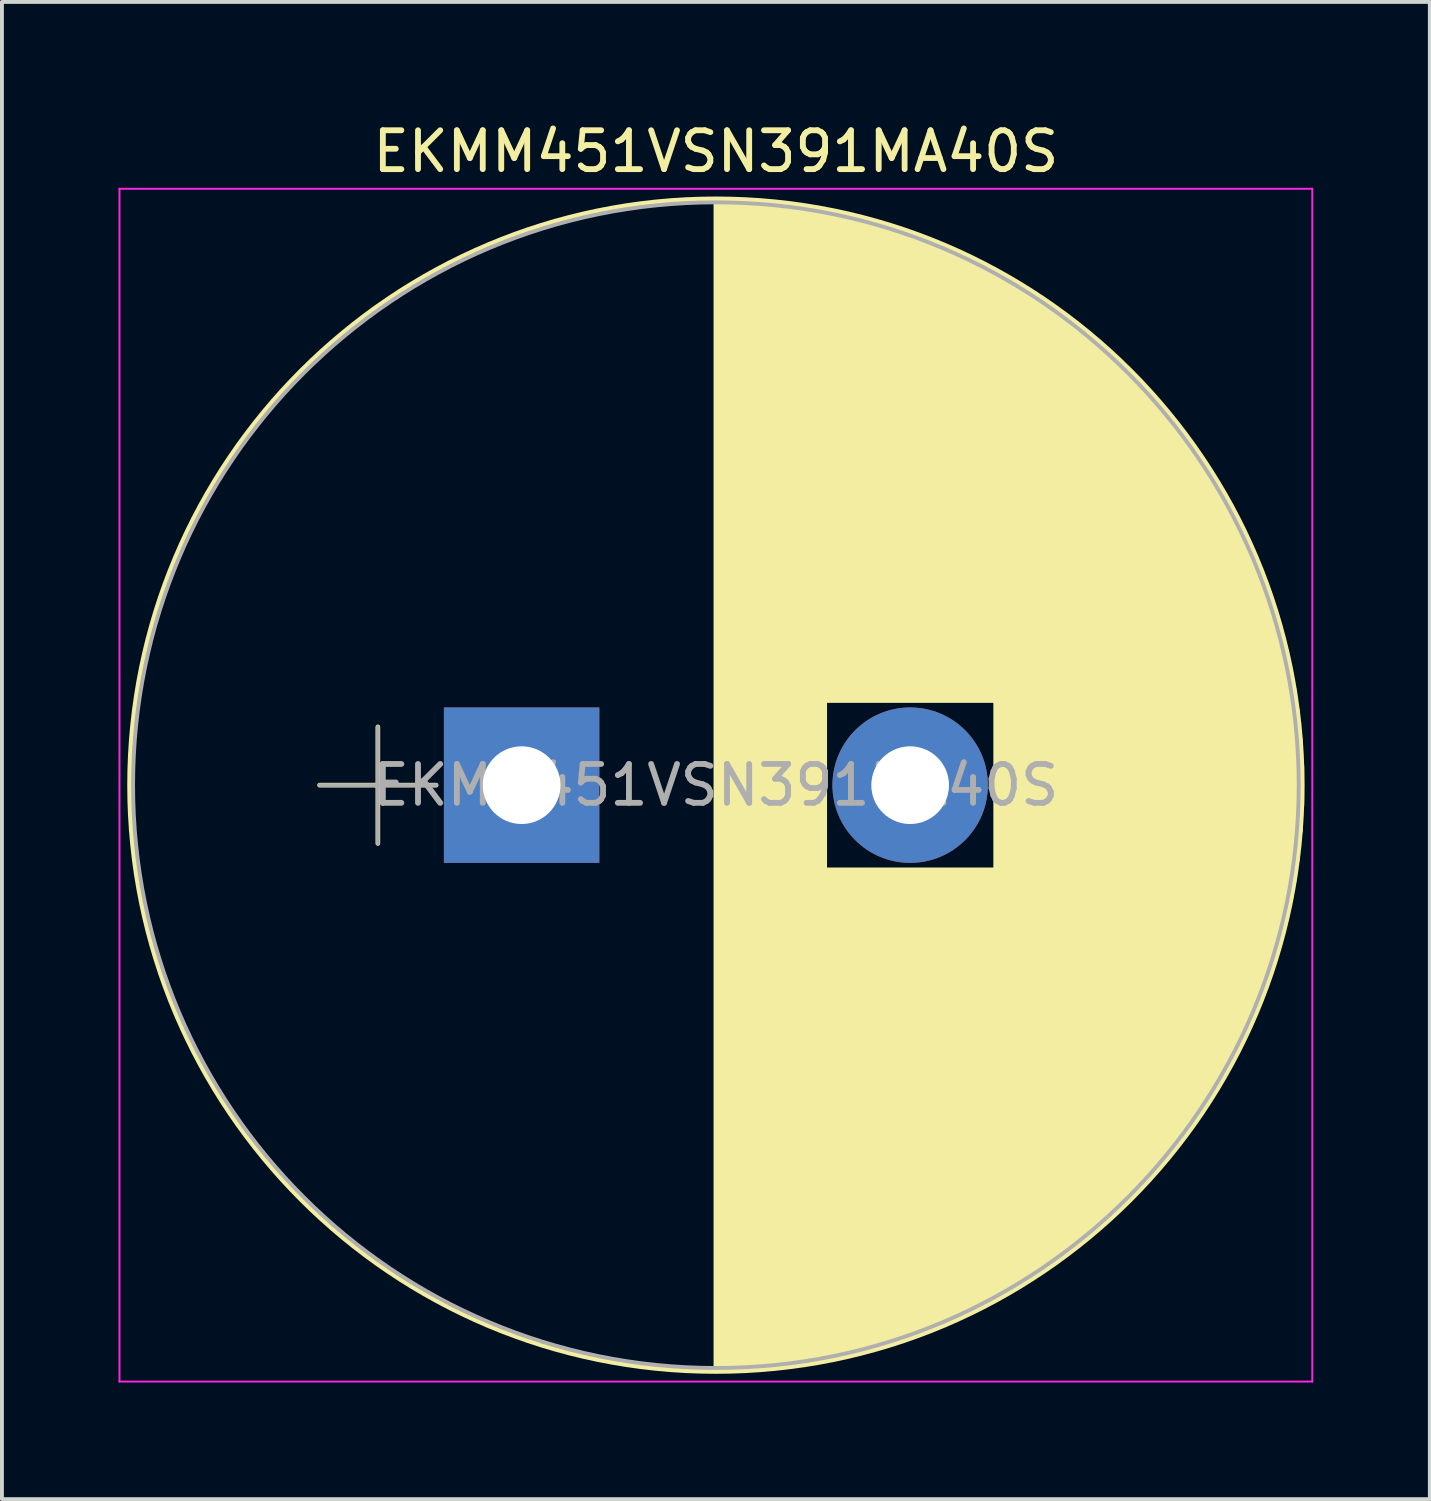
<source format=kicad_pcb>
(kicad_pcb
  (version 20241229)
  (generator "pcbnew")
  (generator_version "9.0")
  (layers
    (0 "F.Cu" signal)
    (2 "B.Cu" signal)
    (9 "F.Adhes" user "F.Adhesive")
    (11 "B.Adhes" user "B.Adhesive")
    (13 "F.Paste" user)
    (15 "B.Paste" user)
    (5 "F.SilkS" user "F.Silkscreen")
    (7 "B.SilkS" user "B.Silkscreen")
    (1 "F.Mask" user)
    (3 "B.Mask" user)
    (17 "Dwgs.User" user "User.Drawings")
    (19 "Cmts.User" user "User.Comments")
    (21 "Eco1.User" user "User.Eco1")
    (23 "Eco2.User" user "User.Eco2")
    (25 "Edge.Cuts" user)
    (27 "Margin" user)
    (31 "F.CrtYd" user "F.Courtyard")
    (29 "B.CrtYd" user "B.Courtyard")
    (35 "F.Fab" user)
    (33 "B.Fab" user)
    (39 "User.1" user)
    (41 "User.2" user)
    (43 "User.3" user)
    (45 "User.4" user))
  (footprint "EKMM451VSN391MA40S"
    (layer "F.Cu")
    (at 10.375 17.158)
    (property "Reference" "EKMM451VSN391MA40S" (at 5 -16.31 0) (layer "F.SilkS") (effects (font (size 1 1) (thickness 0.15))))
    (attr through_hole)
    (fp_line (start -5.2 0) (end -2.2 0) (stroke (width 0.12) (type solid)) (layer "F.SilkS"))
    (fp_line (start -3.7 -1.5) (end -3.7 1.5) (stroke (width 0.12) (type solid)) (layer "F.SilkS"))
    (fp_line (start 5 -15.05) (end 5 15.05) (stroke (width 0.12) (type solid)) (layer "F.SilkS"))
    (fp_line (start 5.04 -15.05) (end 5.04 15.05) (stroke (width 0.12) (type solid)) (layer "F.SilkS"))
    (fp_line (start 5.08 -15.05) (end 5.08 15.05) (stroke (width 0.12) (type solid)) (layer "F.SilkS"))
    (fp_line (start 5.12 -15.05) (end 5.12 15.05) (stroke (width 0.12) (type solid)) (layer "F.SilkS"))
    (fp_line (start 5.16 -15.05) (end 5.16 15.05) (stroke (width 0.12) (type solid)) (layer "F.SilkS"))
    (fp_line (start 5.2 -15.049) (end 5.2 15.049) (stroke (width 0.12) (type solid)) (layer "F.SilkS"))
    (fp_line (start 5.24 -15.049) (end 5.24 15.049) (stroke (width 0.12) (type solid)) (layer "F.SilkS"))
    (fp_line (start 5.28 -15.048) (end 5.28 15.048) (stroke (width 0.12) (type solid)) (layer "F.SilkS"))
    (fp_line (start 5.32 -15.047) (end 5.32 15.047) (stroke (width 0.12) (type solid)) (layer "F.SilkS"))
    (fp_line (start 5.36 -15.046) (end 5.36 15.046) (stroke (width 0.12) (type solid)) (layer "F.SilkS"))
    (fp_line (start 5.4 -15.045) (end 5.4 15.045) (stroke (width 0.12) (type solid)) (layer "F.SilkS"))
    (fp_line (start 5.44 -15.044) (end 5.44 15.044) (stroke (width 0.12) (type solid)) (layer "F.SilkS"))
    (fp_line (start 5.48 -15.043) (end 5.48 15.043) (stroke (width 0.12) (type solid)) (layer "F.SilkS"))
    (fp_line (start 5.52 -15.042) (end 5.52 15.042) (stroke (width 0.12) (type solid)) (layer "F.SilkS"))
    (fp_line (start 5.56 -15.04) (end 5.56 15.04) (stroke (width 0.12) (type solid)) (layer "F.SilkS"))
    (fp_line (start 5.6 -15.039) (end 5.6 15.039) (stroke (width 0.12) (type solid)) (layer "F.SilkS"))
    (fp_line (start 5.64 -15.037) (end 5.64 15.037) (stroke (width 0.12) (type solid)) (layer "F.SilkS"))
    (fp_line (start 5.68 -15.035) (end 5.68 15.035) (stroke (width 0.12) (type solid)) (layer "F.SilkS"))
    (fp_line (start 5.721 -15.033) (end 5.721 15.033) (stroke (width 0.12) (type solid)) (layer "F.SilkS"))
    (fp_line (start 5.761 -15.031) (end 5.761 15.031) (stroke (width 0.12) (type solid)) (layer "F.SilkS"))
    (fp_line (start 5.801 -15.029) (end 5.801 15.029) (stroke (width 0.12) (type solid)) (layer "F.SilkS"))
    (fp_line (start 5.841 -15.027) (end 5.841 15.027) (stroke (width 0.12) (type solid)) (layer "F.SilkS"))
    (fp_line (start 5.881 -15.025) (end 5.881 15.025) (stroke (width 0.12) (type solid)) (layer "F.SilkS"))
    (fp_line (start 5.921 -15.022) (end 5.921 15.022) (stroke (width 0.12) (type solid)) (layer "F.SilkS"))
    (fp_line (start 5.961 -15.02) (end 5.961 15.02) (stroke (width 0.12) (type solid)) (layer "F.SilkS"))
    (fp_line (start 6.001 -15.017) (end 6.001 15.017) (stroke (width 0.12) (type solid)) (layer "F.SilkS"))
    (fp_line (start 6.041 -15.015) (end 6.041 15.015) (stroke (width 0.12) (type solid)) (layer "F.SilkS"))
    (fp_line (start 6.081 -15.012) (end 6.081 15.012) (stroke (width 0.12) (type solid)) (layer "F.SilkS"))
    (fp_line (start 6.121 -15.009) (end 6.121 15.009) (stroke (width 0.12) (type solid)) (layer "F.SilkS"))
    (fp_line (start 6.161 -15.006) (end 6.161 15.006) (stroke (width 0.12) (type solid)) (layer "F.SilkS"))
    (fp_line (start 6.201 -15.003) (end 6.201 15.003) (stroke (width 0.12) (type solid)) (layer "F.SilkS"))
    (fp_line (start 6.241 -14.999) (end 6.241 14.999) (stroke (width 0.12) (type solid)) (layer "F.SilkS"))
    (fp_line (start 6.281 -14.996) (end 6.281 14.996) (stroke (width 0.12) (type solid)) (layer "F.SilkS"))
    (fp_line (start 6.321 -14.993) (end 6.321 14.993) (stroke (width 0.12) (type solid)) (layer "F.SilkS"))
    (fp_line (start 6.361 -14.989) (end 6.361 14.989) (stroke (width 0.12) (type solid)) (layer "F.SilkS"))
    (fp_line (start 6.401 -14.985) (end 6.401 14.985) (stroke (width 0.12) (type solid)) (layer "F.SilkS"))
    (fp_line (start 6.441 -14.982) (end 6.441 14.982) (stroke (width 0.12) (type solid)) (layer "F.SilkS"))
    (fp_line (start 6.481 -14.978) (end 6.481 14.978) (stroke (width 0.12) (type solid)) (layer "F.SilkS"))
    (fp_line (start 6.521 -14.974) (end 6.521 14.974) (stroke (width 0.12) (type solid)) (layer "F.SilkS"))
    (fp_line (start 6.561 -14.97) (end 6.561 14.97) (stroke (width 0.12) (type solid)) (layer "F.SilkS"))
    (fp_line (start 6.601 -14.965) (end 6.601 14.965) (stroke (width 0.12) (type solid)) (layer "F.SilkS"))
    (fp_line (start 6.641 -14.961) (end 6.641 14.961) (stroke (width 0.12) (type solid)) (layer "F.SilkS"))
    (fp_line (start 6.681 -14.957) (end 6.681 14.957) (stroke (width 0.12) (type solid)) (layer "F.SilkS"))
    (fp_line (start 6.721 -14.952) (end 6.721 14.952) (stroke (width 0.12) (type solid)) (layer "F.SilkS"))
    (fp_line (start 6.761 -14.948) (end 6.761 14.948) (stroke (width 0.12) (type solid)) (layer "F.SilkS"))
    (fp_line (start 6.801 -14.943) (end 6.801 14.943) (stroke (width 0.12) (type solid)) (layer "F.SilkS"))
    (fp_line (start 6.841 -14.938) (end 6.841 14.938) (stroke (width 0.12) (type solid)) (layer "F.SilkS"))
    (fp_line (start 6.881 -14.933) (end 6.881 14.933) (stroke (width 0.12) (type solid)) (layer "F.SilkS"))
    (fp_line (start 6.921 -14.928) (end 6.921 14.928) (stroke (width 0.12) (type solid)) (layer "F.SilkS"))
    (fp_line (start 6.961 -14.923) (end 6.961 14.923) (stroke (width 0.12) (type solid)) (layer "F.SilkS"))
    (fp_line (start 7.001 -14.917) (end 7.001 14.917) (stroke (width 0.12) (type solid)) (layer "F.SilkS"))
    (fp_line (start 7.041 -14.912) (end 7.041 14.912) (stroke (width 0.12) (type solid)) (layer "F.SilkS"))
    (fp_line (start 7.081 -14.906) (end 7.081 14.906) (stroke (width 0.12) (type solid)) (layer "F.SilkS"))
    (fp_line (start 7.121 -14.901) (end 7.121 14.901) (stroke (width 0.12) (type solid)) (layer "F.SilkS"))
    (fp_line (start 7.161 -14.895) (end 7.161 14.895) (stroke (width 0.12) (type solid)) (layer "F.SilkS"))
    (fp_line (start 7.201 -14.889) (end 7.201 14.889) (stroke (width 0.12) (type solid)) (layer "F.SilkS"))
    (fp_line (start 7.241 -14.883) (end 7.241 14.883) (stroke (width 0.12) (type solid)) (layer "F.SilkS"))
    (fp_line (start 7.281 -14.877) (end 7.281 14.877) (stroke (width 0.12) (type solid)) (layer "F.SilkS"))
    (fp_line (start 7.321 -14.871) (end 7.321 14.871) (stroke (width 0.12) (type solid)) (layer "F.SilkS"))
    (fp_line (start 7.361 -14.865) (end 7.361 14.865) (stroke (width 0.12) (type solid)) (layer "F.SilkS"))
    (fp_line (start 7.401 -14.858) (end 7.401 14.858) (stroke (width 0.12) (type solid)) (layer "F.SilkS"))
    (fp_line (start 7.441 -14.852) (end 7.441 14.852) (stroke (width 0.12) (type solid)) (layer "F.SilkS"))
    (fp_line (start 7.481 -14.845) (end 7.481 14.845) (stroke (width 0.12) (type solid)) (layer "F.SilkS"))
    (fp_line (start 7.521 -14.839) (end 7.521 14.839) (stroke (width 0.12) (type solid)) (layer "F.SilkS"))
    (fp_line (start 7.561 -14.832) (end 7.561 14.832) (stroke (width 0.12) (type solid)) (layer "F.SilkS"))
    (fp_line (start 7.601 -14.825) (end 7.601 14.825) (stroke (width 0.12) (type solid)) (layer "F.SilkS"))
    (fp_line (start 7.641 -14.818) (end 7.641 14.818) (stroke (width 0.12) (type solid)) (layer "F.SilkS"))
    (fp_line (start 7.681 -14.811) (end 7.681 14.811) (stroke (width 0.12) (type solid)) (layer "F.SilkS"))
    (fp_line (start 7.721 -14.803) (end 7.721 14.803) (stroke (width 0.12) (type solid)) (layer "F.SilkS"))
    (fp_line (start 7.761 -14.796) (end 7.761 14.796) (stroke (width 0.12) (type solid)) (layer "F.SilkS"))
    (fp_line (start 7.801 -14.788) (end 7.801 14.788) (stroke (width 0.12) (type solid)) (layer "F.SilkS"))
    (fp_line (start 7.841 -14.781) (end 7.841 -2.18) (stroke (width 0.12) (type solid)) (layer "F.SilkS"))
    (fp_line (start 7.841 2.18) (end 7.841 14.781) (stroke (width 0.12) (type solid)) (layer "F.SilkS"))
    (fp_line (start 7.881 -14.773) (end 7.881 -2.18) (stroke (width 0.12) (type solid)) (layer "F.SilkS"))
    (fp_line (start 7.881 2.18) (end 7.881 14.773) (stroke (width 0.12) (type solid)) (layer "F.SilkS"))
    (fp_line (start 7.921 -14.765) (end 7.921 -2.18) (stroke (width 0.12) (type solid)) (layer "F.SilkS"))
    (fp_line (start 7.921 2.18) (end 7.921 14.765) (stroke (width 0.12) (type solid)) (layer "F.SilkS"))
    (fp_line (start 7.961 -14.757) (end 7.961 -2.18) (stroke (width 0.12) (type solid)) (layer "F.SilkS"))
    (fp_line (start 7.961 2.18) (end 7.961 14.757) (stroke (width 0.12) (type solid)) (layer "F.SilkS"))
    (fp_line (start 8.001 -14.749) (end 8.001 -2.18) (stroke (width 0.12) (type solid)) (layer "F.SilkS"))
    (fp_line (start 8.001 2.18) (end 8.001 14.749) (stroke (width 0.12) (type solid)) (layer "F.SilkS"))
    (fp_line (start 8.041 -14.741) (end 8.041 -2.18) (stroke (width 0.12) (type solid)) (layer "F.SilkS"))
    (fp_line (start 8.041 2.18) (end 8.041 14.741) (stroke (width 0.12) (type solid)) (layer "F.SilkS"))
    (fp_line (start 8.081 -14.733) (end 8.081 -2.18) (stroke (width 0.12) (type solid)) (layer "F.SilkS"))
    (fp_line (start 8.081 2.18) (end 8.081 14.733) (stroke (width 0.12) (type solid)) (layer "F.SilkS"))
    (fp_line (start 8.121 -14.724) (end 8.121 -2.18) (stroke (width 0.12) (type solid)) (layer "F.SilkS"))
    (fp_line (start 8.121 2.18) (end 8.121 14.724) (stroke (width 0.12) (type solid)) (layer "F.SilkS"))
    (fp_line (start 8.161 -14.716) (end 8.161 -2.18) (stroke (width 0.12) (type solid)) (layer "F.SilkS"))
    (fp_line (start 8.161 2.18) (end 8.161 14.716) (stroke (width 0.12) (type solid)) (layer "F.SilkS"))
    (fp_line (start 8.201 -14.707) (end 8.201 -2.18) (stroke (width 0.12) (type solid)) (layer "F.SilkS"))
    (fp_line (start 8.201 2.18) (end 8.201 14.707) (stroke (width 0.12) (type solid)) (layer "F.SilkS"))
    (fp_line (start 8.241 -14.699) (end 8.241 -2.18) (stroke (width 0.12) (type solid)) (layer "F.SilkS"))
    (fp_line (start 8.241 2.18) (end 8.241 14.699) (stroke (width 0.12) (type solid)) (layer "F.SilkS"))
    (fp_line (start 8.281 -14.69) (end 8.281 -2.18) (stroke (width 0.12) (type solid)) (layer "F.SilkS"))
    (fp_line (start 8.281 2.18) (end 8.281 14.69) (stroke (width 0.12) (type solid)) (layer "F.SilkS"))
    (fp_line (start 8.321 -14.681) (end 8.321 -2.18) (stroke (width 0.12) (type solid)) (layer "F.SilkS"))
    (fp_line (start 8.321 2.18) (end 8.321 14.681) (stroke (width 0.12) (type solid)) (layer "F.SilkS"))
    (fp_line (start 8.361 -14.672) (end 8.361 -2.18) (stroke (width 0.12) (type solid)) (layer "F.SilkS"))
    (fp_line (start 8.361 2.18) (end 8.361 14.672) (stroke (width 0.12) (type solid)) (layer "F.SilkS"))
    (fp_line (start 8.401 -14.662) (end 8.401 -2.18) (stroke (width 0.12) (type solid)) (layer "F.SilkS"))
    (fp_line (start 8.401 2.18) (end 8.401 14.662) (stroke (width 0.12) (type solid)) (layer "F.SilkS"))
    (fp_line (start 8.441 -14.653) (end 8.441 -2.18) (stroke (width 0.12) (type solid)) (layer "F.SilkS"))
    (fp_line (start 8.441 2.18) (end 8.441 14.653) (stroke (width 0.12) (type solid)) (layer "F.SilkS"))
    (fp_line (start 8.481 -14.644) (end 8.481 -2.18) (stroke (width 0.12) (type solid)) (layer "F.SilkS"))
    (fp_line (start 8.481 2.18) (end 8.481 14.644) (stroke (width 0.12) (type solid)) (layer "F.SilkS"))
    (fp_line (start 8.521 -14.634) (end 8.521 -2.18) (stroke (width 0.12) (type solid)) (layer "F.SilkS"))
    (fp_line (start 8.521 2.18) (end 8.521 14.634) (stroke (width 0.12) (type solid)) (layer "F.SilkS"))
    (fp_line (start 8.561 -14.625) (end 8.561 -2.18) (stroke (width 0.12) (type solid)) (layer "F.SilkS"))
    (fp_line (start 8.561 2.18) (end 8.561 14.625) (stroke (width 0.12) (type solid)) (layer "F.SilkS"))
    (fp_line (start 8.601 -14.615) (end 8.601 -2.18) (stroke (width 0.12) (type solid)) (layer "F.SilkS"))
    (fp_line (start 8.601 2.18) (end 8.601 14.615) (stroke (width 0.12) (type solid)) (layer "F.SilkS"))
    (fp_line (start 8.641 -14.605) (end 8.641 -2.18) (stroke (width 0.12) (type solid)) (layer "F.SilkS"))
    (fp_line (start 8.641 2.18) (end 8.641 14.605) (stroke (width 0.12) (type solid)) (layer "F.SilkS"))
    (fp_line (start 8.681 -14.595) (end 8.681 -2.18) (stroke (width 0.12) (type solid)) (layer "F.SilkS"))
    (fp_line (start 8.681 2.18) (end 8.681 14.595) (stroke (width 0.12) (type solid)) (layer "F.SilkS"))
    (fp_line (start 8.721 -14.585) (end 8.721 -2.18) (stroke (width 0.12) (type solid)) (layer "F.SilkS"))
    (fp_line (start 8.721 2.18) (end 8.721 14.585) (stroke (width 0.12) (type solid)) (layer "F.SilkS"))
    (fp_line (start 8.761 -14.575) (end 8.761 -2.18) (stroke (width 0.12) (type solid)) (layer "F.SilkS"))
    (fp_line (start 8.761 2.18) (end 8.761 14.575) (stroke (width 0.12) (type solid)) (layer "F.SilkS"))
    (fp_line (start 8.801 -14.564) (end 8.801 -2.18) (stroke (width 0.12) (type solid)) (layer "F.SilkS"))
    (fp_line (start 8.801 2.18) (end 8.801 14.564) (stroke (width 0.12) (type solid)) (layer "F.SilkS"))
    (fp_line (start 8.841 -14.554) (end 8.841 -2.18) (stroke (width 0.12) (type solid)) (layer "F.SilkS"))
    (fp_line (start 8.841 2.18) (end 8.841 14.554) (stroke (width 0.12) (type solid)) (layer "F.SilkS"))
    (fp_line (start 8.881 -14.543) (end 8.881 -2.18) (stroke (width 0.12) (type solid)) (layer "F.SilkS"))
    (fp_line (start 8.881 2.18) (end 8.881 14.543) (stroke (width 0.12) (type solid)) (layer "F.SilkS"))
    (fp_line (start 8.921 -14.532) (end 8.921 -2.18) (stroke (width 0.12) (type solid)) (layer "F.SilkS"))
    (fp_line (start 8.921 2.18) (end 8.921 14.532) (stroke (width 0.12) (type solid)) (layer "F.SilkS"))
    (fp_line (start 8.961 -14.522) (end 8.961 -2.18) (stroke (width 0.12) (type solid)) (layer "F.SilkS"))
    (fp_line (start 8.961 2.18) (end 8.961 14.522) (stroke (width 0.12) (type solid)) (layer "F.SilkS"))
    (fp_line (start 9.001 -14.511) (end 9.001 -2.18) (stroke (width 0.12) (type solid)) (layer "F.SilkS"))
    (fp_line (start 9.001 2.18) (end 9.001 14.511) (stroke (width 0.12) (type solid)) (layer "F.SilkS"))
    (fp_line (start 9.041 -14.5) (end 9.041 -2.18) (stroke (width 0.12) (type solid)) (layer "F.SilkS"))
    (fp_line (start 9.041 2.18) (end 9.041 14.5) (stroke (width 0.12) (type solid)) (layer "F.SilkS"))
    (fp_line (start 9.081 -14.488) (end 9.081 -2.18) (stroke (width 0.12) (type solid)) (layer "F.SilkS"))
    (fp_line (start 9.081 2.18) (end 9.081 14.488) (stroke (width 0.12) (type solid)) (layer "F.SilkS"))
    (fp_line (start 9.121 -14.477) (end 9.121 -2.18) (stroke (width 0.12) (type solid)) (layer "F.SilkS"))
    (fp_line (start 9.121 2.18) (end 9.121 14.477) (stroke (width 0.12) (type solid)) (layer "F.SilkS"))
    (fp_line (start 9.161 -14.466) (end 9.161 -2.18) (stroke (width 0.12) (type solid)) (layer "F.SilkS"))
    (fp_line (start 9.161 2.18) (end 9.161 14.466) (stroke (width 0.12) (type solid)) (layer "F.SilkS"))
    (fp_line (start 9.201 -14.454) (end 9.201 -2.18) (stroke (width 0.12) (type solid)) (layer "F.SilkS"))
    (fp_line (start 9.201 2.18) (end 9.201 14.454) (stroke (width 0.12) (type solid)) (layer "F.SilkS"))
    (fp_line (start 9.241 -14.443) (end 9.241 -2.18) (stroke (width 0.12) (type solid)) (layer "F.SilkS"))
    (fp_line (start 9.241 2.18) (end 9.241 14.443) (stroke (width 0.12) (type solid)) (layer "F.SilkS"))
    (fp_line (start 9.281 -14.431) (end 9.281 -2.18) (stroke (width 0.12) (type solid)) (layer "F.SilkS"))
    (fp_line (start 9.281 2.18) (end 9.281 14.431) (stroke (width 0.12) (type solid)) (layer "F.SilkS"))
    (fp_line (start 9.321 -14.419) (end 9.321 -2.18) (stroke (width 0.12) (type solid)) (layer "F.SilkS"))
    (fp_line (start 9.321 2.18) (end 9.321 14.419) (stroke (width 0.12) (type solid)) (layer "F.SilkS"))
    (fp_line (start 9.361 -14.407) (end 9.361 -2.18) (stroke (width 0.12) (type solid)) (layer "F.SilkS"))
    (fp_line (start 9.361 2.18) (end 9.361 14.407) (stroke (width 0.12) (type solid)) (layer "F.SilkS"))
    (fp_line (start 9.401 -14.395) (end 9.401 -2.18) (stroke (width 0.12) (type solid)) (layer "F.SilkS"))
    (fp_line (start 9.401 2.18) (end 9.401 14.395) (stroke (width 0.12) (type solid)) (layer "F.SilkS"))
    (fp_line (start 9.441 -14.383) (end 9.441 -2.18) (stroke (width 0.12) (type solid)) (layer "F.SilkS"))
    (fp_line (start 9.441 2.18) (end 9.441 14.383) (stroke (width 0.12) (type solid)) (layer "F.SilkS"))
    (fp_line (start 9.481 -14.37) (end 9.481 -2.18) (stroke (width 0.12) (type solid)) (layer "F.SilkS"))
    (fp_line (start 9.481 2.18) (end 9.481 14.37) (stroke (width 0.12) (type solid)) (layer "F.SilkS"))
    (fp_line (start 9.521 -14.358) (end 9.521 -2.18) (stroke (width 0.12) (type solid)) (layer "F.SilkS"))
    (fp_line (start 9.521 2.18) (end 9.521 14.358) (stroke (width 0.12) (type solid)) (layer "F.SilkS"))
    (fp_line (start 9.561 -14.345) (end 9.561 -2.18) (stroke (width 0.12) (type solid)) (layer "F.SilkS"))
    (fp_line (start 9.561 2.18) (end 9.561 14.345) (stroke (width 0.12) (type solid)) (layer "F.SilkS"))
    (fp_line (start 9.601 -14.332) (end 9.601 -2.18) (stroke (width 0.12) (type solid)) (layer "F.SilkS"))
    (fp_line (start 9.601 2.18) (end 9.601 14.332) (stroke (width 0.12) (type solid)) (layer "F.SilkS"))
    (fp_line (start 9.641 -14.319) (end 9.641 -2.18) (stroke (width 0.12) (type solid)) (layer "F.SilkS"))
    (fp_line (start 9.641 2.18) (end 9.641 14.319) (stroke (width 0.12) (type solid)) (layer "F.SilkS"))
    (fp_line (start 9.681 -14.306) (end 9.681 -2.18) (stroke (width 0.12) (type solid)) (layer "F.SilkS"))
    (fp_line (start 9.681 2.18) (end 9.681 14.306) (stroke (width 0.12) (type solid)) (layer "F.SilkS"))
    (fp_line (start 9.721 -14.293) (end 9.721 -2.18) (stroke (width 0.12) (type solid)) (layer "F.SilkS"))
    (fp_line (start 9.721 2.18) (end 9.721 14.293) (stroke (width 0.12) (type solid)) (layer "F.SilkS"))
    (fp_line (start 9.761 -14.28) (end 9.761 -2.18) (stroke (width 0.12) (type solid)) (layer "F.SilkS"))
    (fp_line (start 9.761 2.18) (end 9.761 14.28) (stroke (width 0.12) (type solid)) (layer "F.SilkS"))
    (fp_line (start 9.801 -14.267) (end 9.801 -2.18) (stroke (width 0.12) (type solid)) (layer "F.SilkS"))
    (fp_line (start 9.801 2.18) (end 9.801 14.267) (stroke (width 0.12) (type solid)) (layer "F.SilkS"))
    (fp_line (start 9.841 -14.253) (end 9.841 -2.18) (stroke (width 0.12) (type solid)) (layer "F.SilkS"))
    (fp_line (start 9.841 2.18) (end 9.841 14.253) (stroke (width 0.12) (type solid)) (layer "F.SilkS"))
    (fp_line (start 9.881 -14.24) (end 9.881 -2.18) (stroke (width 0.12) (type solid)) (layer "F.SilkS"))
    (fp_line (start 9.881 2.18) (end 9.881 14.24) (stroke (width 0.12) (type solid)) (layer "F.SilkS"))
    (fp_line (start 9.921 -14.226) (end 9.921 -2.18) (stroke (width 0.12) (type solid)) (layer "F.SilkS"))
    (fp_line (start 9.921 2.18) (end 9.921 14.226) (stroke (width 0.12) (type solid)) (layer "F.SilkS"))
    (fp_line (start 9.961 -14.212) (end 9.961 -2.18) (stroke (width 0.12) (type solid)) (layer "F.SilkS"))
    (fp_line (start 9.961 2.18) (end 9.961 14.212) (stroke (width 0.12) (type solid)) (layer "F.SilkS"))
    (fp_line (start 10.001 -14.198) (end 10.001 -2.18) (stroke (width 0.12) (type solid)) (layer "F.SilkS"))
    (fp_line (start 10.001 2.18) (end 10.001 14.198) (stroke (width 0.12) (type solid)) (layer "F.SilkS"))
    (fp_line (start 10.041 -14.184) (end 10.041 -2.18) (stroke (width 0.12) (type solid)) (layer "F.SilkS"))
    (fp_line (start 10.041 2.18) (end 10.041 14.184) (stroke (width 0.12) (type solid)) (layer "F.SilkS"))
    (fp_line (start 10.081 -14.17) (end 10.081 -2.18) (stroke (width 0.12) (type solid)) (layer "F.SilkS"))
    (fp_line (start 10.081 2.18) (end 10.081 14.17) (stroke (width 0.12) (type solid)) (layer "F.SilkS"))
    (fp_line (start 10.121 -14.155) (end 10.121 -2.18) (stroke (width 0.12) (type solid)) (layer "F.SilkS"))
    (fp_line (start 10.121 2.18) (end 10.121 14.155) (stroke (width 0.12) (type solid)) (layer "F.SilkS"))
    (fp_line (start 10.161 -14.141) (end 10.161 -2.18) (stroke (width 0.12) (type solid)) (layer "F.SilkS"))
    (fp_line (start 10.161 2.18) (end 10.161 14.141) (stroke (width 0.12) (type solid)) (layer "F.SilkS"))
    (fp_line (start 10.201 -14.126) (end 10.201 -2.18) (stroke (width 0.12) (type solid)) (layer "F.SilkS"))
    (fp_line (start 10.201 2.18) (end 10.201 14.126) (stroke (width 0.12) (type solid)) (layer "F.SilkS"))
    (fp_line (start 10.241 -14.111) (end 10.241 -2.18) (stroke (width 0.12) (type solid)) (layer "F.SilkS"))
    (fp_line (start 10.241 2.18) (end 10.241 14.111) (stroke (width 0.12) (type solid)) (layer "F.SilkS"))
    (fp_line (start 10.281 -14.097) (end 10.281 -2.18) (stroke (width 0.12) (type solid)) (layer "F.SilkS"))
    (fp_line (start 10.281 2.18) (end 10.281 14.097) (stroke (width 0.12) (type solid)) (layer "F.SilkS"))
    (fp_line (start 10.321 -14.082) (end 10.321 -2.18) (stroke (width 0.12) (type solid)) (layer "F.SilkS"))
    (fp_line (start 10.321 2.18) (end 10.321 14.082) (stroke (width 0.12) (type solid)) (layer "F.SilkS"))
    (fp_line (start 10.361 -14.066) (end 10.361 -2.18) (stroke (width 0.12) (type solid)) (layer "F.SilkS"))
    (fp_line (start 10.361 2.18) (end 10.361 14.066) (stroke (width 0.12) (type solid)) (layer "F.SilkS"))
    (fp_line (start 10.401 -14.051) (end 10.401 -2.18) (stroke (width 0.12) (type solid)) (layer "F.SilkS"))
    (fp_line (start 10.401 2.18) (end 10.401 14.051) (stroke (width 0.12) (type solid)) (layer "F.SilkS"))
    (fp_line (start 10.441 -14.036) (end 10.441 -2.18) (stroke (width 0.12) (type solid)) (layer "F.SilkS"))
    (fp_line (start 10.441 2.18) (end 10.441 14.036) (stroke (width 0.12) (type solid)) (layer "F.SilkS"))
    (fp_line (start 10.481 -14.02) (end 10.481 -2.18) (stroke (width 0.12) (type solid)) (layer "F.SilkS"))
    (fp_line (start 10.481 2.18) (end 10.481 14.02) (stroke (width 0.12) (type solid)) (layer "F.SilkS"))
    (fp_line (start 10.521 -14.005) (end 10.521 -2.18) (stroke (width 0.12) (type solid)) (layer "F.SilkS"))
    (fp_line (start 10.521 2.18) (end 10.521 14.005) (stroke (width 0.12) (type solid)) (layer "F.SilkS"))
    (fp_line (start 10.561 -13.989) (end 10.561 -2.18) (stroke (width 0.12) (type solid)) (layer "F.SilkS"))
    (fp_line (start 10.561 2.18) (end 10.561 13.989) (stroke (width 0.12) (type solid)) (layer "F.SilkS"))
    (fp_line (start 10.601 -13.973) (end 10.601 -2.18) (stroke (width 0.12) (type solid)) (layer "F.SilkS"))
    (fp_line (start 10.601 2.18) (end 10.601 13.973) (stroke (width 0.12) (type solid)) (layer "F.SilkS"))
    (fp_line (start 10.641 -13.957) (end 10.641 -2.18) (stroke (width 0.12) (type solid)) (layer "F.SilkS"))
    (fp_line (start 10.641 2.18) (end 10.641 13.957) (stroke (width 0.12) (type solid)) (layer "F.SilkS"))
    (fp_line (start 10.681 -13.941) (end 10.681 -2.18) (stroke (width 0.12) (type solid)) (layer "F.SilkS"))
    (fp_line (start 10.681 2.18) (end 10.681 13.941) (stroke (width 0.12) (type solid)) (layer "F.SilkS"))
    (fp_line (start 10.721 -13.924) (end 10.721 -2.18) (stroke (width 0.12) (type solid)) (layer "F.SilkS"))
    (fp_line (start 10.721 2.18) (end 10.721 13.924) (stroke (width 0.12) (type solid)) (layer "F.SilkS"))
    (fp_line (start 10.761 -13.908) (end 10.761 -2.18) (stroke (width 0.12) (type solid)) (layer "F.SilkS"))
    (fp_line (start 10.761 2.18) (end 10.761 13.908) (stroke (width 0.12) (type solid)) (layer "F.SilkS"))
    (fp_line (start 10.801 -13.891) (end 10.801 -2.18) (stroke (width 0.12) (type solid)) (layer "F.SilkS"))
    (fp_line (start 10.801 2.18) (end 10.801 13.891) (stroke (width 0.12) (type solid)) (layer "F.SilkS"))
    (fp_line (start 10.841 -13.875) (end 10.841 -2.18) (stroke (width 0.12) (type solid)) (layer "F.SilkS"))
    (fp_line (start 10.841 2.18) (end 10.841 13.875) (stroke (width 0.12) (type solid)) (layer "F.SilkS"))
    (fp_line (start 10.881 -13.858) (end 10.881 -2.18) (stroke (width 0.12) (type solid)) (layer "F.SilkS"))
    (fp_line (start 10.881 2.18) (end 10.881 13.858) (stroke (width 0.12) (type solid)) (layer "F.SilkS"))
    (fp_line (start 10.921 -13.841) (end 10.921 -2.18) (stroke (width 0.12) (type solid)) (layer "F.SilkS"))
    (fp_line (start 10.921 2.18) (end 10.921 13.841) (stroke (width 0.12) (type solid)) (layer "F.SilkS"))
    (fp_line (start 10.961 -13.824) (end 10.961 -2.18) (stroke (width 0.12) (type solid)) (layer "F.SilkS"))
    (fp_line (start 10.961 2.18) (end 10.961 13.824) (stroke (width 0.12) (type solid)) (layer "F.SilkS"))
    (fp_line (start 11.001 -13.806) (end 11.001 -2.18) (stroke (width 0.12) (type solid)) (layer "F.SilkS"))
    (fp_line (start 11.001 2.18) (end 11.001 13.806) (stroke (width 0.12) (type solid)) (layer "F.SilkS"))
    (fp_line (start 11.041 -13.789) (end 11.041 -2.18) (stroke (width 0.12) (type solid)) (layer "F.SilkS"))
    (fp_line (start 11.041 2.18) (end 11.041 13.789) (stroke (width 0.12) (type solid)) (layer "F.SilkS"))
    (fp_line (start 11.081 -13.771) (end 11.081 -2.18) (stroke (width 0.12) (type solid)) (layer "F.SilkS"))
    (fp_line (start 11.081 2.18) (end 11.081 13.771) (stroke (width 0.12) (type solid)) (layer "F.SilkS"))
    (fp_line (start 11.121 -13.754) (end 11.121 -2.18) (stroke (width 0.12) (type solid)) (layer "F.SilkS"))
    (fp_line (start 11.121 2.18) (end 11.121 13.754) (stroke (width 0.12) (type solid)) (layer "F.SilkS"))
    (fp_line (start 11.161 -13.736) (end 11.161 -2.18) (stroke (width 0.12) (type solid)) (layer "F.SilkS"))
    (fp_line (start 11.161 2.18) (end 11.161 13.736) (stroke (width 0.12) (type solid)) (layer "F.SilkS"))
    (fp_line (start 11.201 -13.718) (end 11.201 -2.18) (stroke (width 0.12) (type solid)) (layer "F.SilkS"))
    (fp_line (start 11.201 2.18) (end 11.201 13.718) (stroke (width 0.12) (type solid)) (layer "F.SilkS"))
    (fp_line (start 11.241 -13.7) (end 11.241 -2.18) (stroke (width 0.12) (type solid)) (layer "F.SilkS"))
    (fp_line (start 11.241 2.18) (end 11.241 13.7) (stroke (width 0.12) (type solid)) (layer "F.SilkS"))
    (fp_line (start 11.281 -13.682) (end 11.281 -2.18) (stroke (width 0.12) (type solid)) (layer "F.SilkS"))
    (fp_line (start 11.281 2.18) (end 11.281 13.682) (stroke (width 0.12) (type solid)) (layer "F.SilkS"))
    (fp_line (start 11.321 -13.663) (end 11.321 -2.18) (stroke (width 0.12) (type solid)) (layer "F.SilkS"))
    (fp_line (start 11.321 2.18) (end 11.321 13.663) (stroke (width 0.12) (type solid)) (layer "F.SilkS"))
    (fp_line (start 11.361 -13.645) (end 11.361 -2.18) (stroke (width 0.12) (type solid)) (layer "F.SilkS"))
    (fp_line (start 11.361 2.18) (end 11.361 13.645) (stroke (width 0.12) (type solid)) (layer "F.SilkS"))
    (fp_line (start 11.401 -13.626) (end 11.401 -2.18) (stroke (width 0.12) (type solid)) (layer "F.SilkS"))
    (fp_line (start 11.401 2.18) (end 11.401 13.626) (stroke (width 0.12) (type solid)) (layer "F.SilkS"))
    (fp_line (start 11.441 -13.607) (end 11.441 -2.18) (stroke (width 0.12) (type solid)) (layer "F.SilkS"))
    (fp_line (start 11.441 2.18) (end 11.441 13.607) (stroke (width 0.12) (type solid)) (layer "F.SilkS"))
    (fp_line (start 11.481 -13.588) (end 11.481 -2.18) (stroke (width 0.12) (type solid)) (layer "F.SilkS"))
    (fp_line (start 11.481 2.18) (end 11.481 13.588) (stroke (width 0.12) (type solid)) (layer "F.SilkS"))
    (fp_line (start 11.521 -13.569) (end 11.521 -2.18) (stroke (width 0.12) (type solid)) (layer "F.SilkS"))
    (fp_line (start 11.521 2.18) (end 11.521 13.569) (stroke (width 0.12) (type solid)) (layer "F.SilkS"))
    (fp_line (start 11.561 -13.55) (end 11.561 -2.18) (stroke (width 0.12) (type solid)) (layer "F.SilkS"))
    (fp_line (start 11.561 2.18) (end 11.561 13.55) (stroke (width 0.12) (type solid)) (layer "F.SilkS"))
    (fp_line (start 11.601 -13.531) (end 11.601 -2.18) (stroke (width 0.12) (type solid)) (layer "F.SilkS"))
    (fp_line (start 11.601 2.18) (end 11.601 13.531) (stroke (width 0.12) (type solid)) (layer "F.SilkS"))
    (fp_line (start 11.641 -13.511) (end 11.641 -2.18) (stroke (width 0.12) (type solid)) (layer "F.SilkS"))
    (fp_line (start 11.641 2.18) (end 11.641 13.511) (stroke (width 0.12) (type solid)) (layer "F.SilkS"))
    (fp_line (start 11.681 -13.491) (end 11.681 -2.18) (stroke (width 0.12) (type solid)) (layer "F.SilkS"))
    (fp_line (start 11.681 2.18) (end 11.681 13.491) (stroke (width 0.12) (type solid)) (layer "F.SilkS"))
    (fp_line (start 11.721 -13.472) (end 11.721 -2.18) (stroke (width 0.12) (type solid)) (layer "F.SilkS"))
    (fp_line (start 11.721 2.18) (end 11.721 13.472) (stroke (width 0.12) (type solid)) (layer "F.SilkS"))
    (fp_line (start 11.761 -13.452) (end 11.761 -2.18) (stroke (width 0.12) (type solid)) (layer "F.SilkS"))
    (fp_line (start 11.761 2.18) (end 11.761 13.452) (stroke (width 0.12) (type solid)) (layer "F.SilkS"))
    (fp_line (start 11.801 -13.432) (end 11.801 -2.18) (stroke (width 0.12) (type solid)) (layer "F.SilkS"))
    (fp_line (start 11.801 2.18) (end 11.801 13.432) (stroke (width 0.12) (type solid)) (layer "F.SilkS"))
    (fp_line (start 11.841 -13.411) (end 11.841 -2.18) (stroke (width 0.12) (type solid)) (layer "F.SilkS"))
    (fp_line (start 11.841 2.18) (end 11.841 13.411) (stroke (width 0.12) (type solid)) (layer "F.SilkS"))
    (fp_line (start 11.881 -13.391) (end 11.881 -2.18) (stroke (width 0.12) (type solid)) (layer "F.SilkS"))
    (fp_line (start 11.881 2.18) (end 11.881 13.391) (stroke (width 0.12) (type solid)) (layer "F.SilkS"))
    (fp_line (start 11.921 -13.37) (end 11.921 -2.18) (stroke (width 0.12) (type solid)) (layer "F.SilkS"))
    (fp_line (start 11.921 2.18) (end 11.921 13.37) (stroke (width 0.12) (type solid)) (layer "F.SilkS"))
    (fp_line (start 11.961 -13.35) (end 11.961 -2.18) (stroke (width 0.12) (type solid)) (layer "F.SilkS"))
    (fp_line (start 11.961 2.18) (end 11.961 13.35) (stroke (width 0.12) (type solid)) (layer "F.SilkS"))
    (fp_line (start 12.001 -13.329) (end 12.001 -2.18) (stroke (width 0.12) (type solid)) (layer "F.SilkS"))
    (fp_line (start 12.001 2.18) (end 12.001 13.329) (stroke (width 0.12) (type solid)) (layer "F.SilkS"))
    (fp_line (start 12.041 -13.308) (end 12.041 -2.18) (stroke (width 0.12) (type solid)) (layer "F.SilkS"))
    (fp_line (start 12.041 2.18) (end 12.041 13.308) (stroke (width 0.12) (type solid)) (layer "F.SilkS"))
    (fp_line (start 12.081 -13.286) (end 12.081 -2.18) (stroke (width 0.12) (type solid)) (layer "F.SilkS"))
    (fp_line (start 12.081 2.18) (end 12.081 13.286) (stroke (width 0.12) (type solid)) (layer "F.SilkS"))
    (fp_line (start 12.121 -13.265) (end 12.121 -2.18) (stroke (width 0.12) (type solid)) (layer "F.SilkS"))
    (fp_line (start 12.121 2.18) (end 12.121 13.265) (stroke (width 0.12) (type solid)) (layer "F.SilkS"))
    (fp_line (start 12.161 -13.244) (end 12.161 -2.18) (stroke (width 0.12) (type solid)) (layer "F.SilkS"))
    (fp_line (start 12.161 2.18) (end 12.161 13.244) (stroke (width 0.12) (type solid)) (layer "F.SilkS"))
    (fp_line (start 12.201 -13.222) (end 12.201 13.222) (stroke (width 0.12) (type solid)) (layer "F.SilkS"))
    (fp_line (start 12.241 -13.2) (end 12.241 13.2) (stroke (width 0.12) (type solid)) (layer "F.SilkS"))
    (fp_line (start 12.281 -13.178) (end 12.281 13.178) (stroke (width 0.12) (type solid)) (layer "F.SilkS"))
    (fp_line (start 12.321 -13.156) (end 12.321 13.156) (stroke (width 0.12) (type solid)) (layer "F.SilkS"))
    (fp_line (start 12.361 -13.134) (end 12.361 13.134) (stroke (width 0.12) (type solid)) (layer "F.SilkS"))
    (fp_line (start 12.401 -13.111) (end 12.401 13.111) (stroke (width 0.12) (type solid)) (layer "F.SilkS"))
    (fp_line (start 12.441 -13.089) (end 12.441 13.089) (stroke (width 0.12) (type solid)) (layer "F.SilkS"))
    (fp_line (start 12.481 -13.066) (end 12.481 13.066) (stroke (width 0.12) (type solid)) (layer "F.SilkS"))
    (fp_line (start 12.521 -13.043) (end 12.521 13.043) (stroke (width 0.12) (type solid)) (layer "F.SilkS"))
    (fp_line (start 12.561 -13.02) (end 12.561 13.02) (stroke (width 0.12) (type solid)) (layer "F.SilkS"))
    (fp_line (start 12.601 -12.997) (end 12.601 12.997) (stroke (width 0.12) (type solid)) (layer "F.SilkS"))
    (fp_line (start 12.641 -12.974) (end 12.641 12.974) (stroke (width 0.12) (type solid)) (layer "F.SilkS"))
    (fp_line (start 12.681 -12.95) (end 12.681 12.95) (stroke (width 0.12) (type solid)) (layer "F.SilkS"))
    (fp_line (start 12.721 -12.926) (end 12.721 12.926) (stroke (width 0.12) (type solid)) (layer "F.SilkS"))
    (fp_line (start 12.761 -12.902) (end 12.761 12.902) (stroke (width 0.12) (type solid)) (layer "F.SilkS"))
    (fp_line (start 12.801 -12.878) (end 12.801 12.878) (stroke (width 0.12) (type solid)) (layer "F.SilkS"))
    (fp_line (start 12.841 -12.854) (end 12.841 12.854) (stroke (width 0.12) (type solid)) (layer "F.SilkS"))
    (fp_line (start 12.881 -12.83) (end 12.881 12.83) (stroke (width 0.12) (type solid)) (layer "F.SilkS"))
    (fp_line (start 12.921 -12.805) (end 12.921 12.805) (stroke (width 0.12) (type solid)) (layer "F.SilkS"))
    (fp_line (start 12.961 -12.78) (end 12.961 12.78) (stroke (width 0.12) (type solid)) (layer "F.SilkS"))
    (fp_line (start 13.001 -12.755) (end 13.001 12.755) (stroke (width 0.12) (type solid)) (layer "F.SilkS"))
    (fp_line (start 13.041 -12.73) (end 13.041 12.73) (stroke (width 0.12) (type solid)) (layer "F.SilkS"))
    (fp_line (start 13.081 -12.705) (end 13.081 12.705) (stroke (width 0.12) (type solid)) (layer "F.SilkS"))
    (fp_line (start 13.121 -12.68) (end 13.121 12.68) (stroke (width 0.12) (type solid)) (layer "F.SilkS"))
    (fp_line (start 13.161 -12.654) (end 13.161 12.654) (stroke (width 0.12) (type solid)) (layer "F.SilkS"))
    (fp_line (start 13.2 -12.628) (end 13.2 12.628) (stroke (width 0.12) (type solid)) (layer "F.SilkS"))
    (fp_line (start 13.24 -12.602) (end 13.24 12.602) (stroke (width 0.12) (type solid)) (layer "F.SilkS"))
    (fp_line (start 13.28 -12.576) (end 13.28 12.576) (stroke (width 0.12) (type solid)) (layer "F.SilkS"))
    (fp_line (start 13.32 -12.55) (end 13.32 12.55) (stroke (width 0.12) (type solid)) (layer "F.SilkS"))
    (fp_line (start 13.36 -12.523) (end 13.36 12.523) (stroke (width 0.12) (type solid)) (layer "F.SilkS"))
    (fp_line (start 13.4 -12.496) (end 13.4 12.496) (stroke (width 0.12) (type solid)) (layer "F.SilkS"))
    (fp_line (start 13.44 -12.469) (end 13.44 12.469) (stroke (width 0.12) (type solid)) (layer "F.SilkS"))
    (fp_line (start 13.48 -12.442) (end 13.48 12.442) (stroke (width 0.12) (type solid)) (layer "F.SilkS"))
    (fp_line (start 13.52 -12.415) (end 13.52 12.415) (stroke (width 0.12) (type solid)) (layer "F.SilkS"))
    (fp_line (start 13.56 -12.388) (end 13.56 12.388) (stroke (width 0.12) (type solid)) (layer "F.SilkS"))
    (fp_line (start 13.6 -12.36) (end 13.6 12.36) (stroke (width 0.12) (type solid)) (layer "F.SilkS"))
    (fp_line (start 13.64 -12.332) (end 13.64 12.332) (stroke (width 0.12) (type solid)) (layer "F.SilkS"))
    (fp_line (start 13.68 -12.304) (end 13.68 12.304) (stroke (width 0.12) (type solid)) (layer "F.SilkS"))
    (fp_line (start 13.72 -12.276) (end 13.72 12.276) (stroke (width 0.12) (type solid)) (layer "F.SilkS"))
    (fp_line (start 13.76 -12.248) (end 13.76 12.248) (stroke (width 0.12) (type solid)) (layer "F.SilkS"))
    (fp_line (start 13.8 -12.219) (end 13.8 12.219) (stroke (width 0.12) (type solid)) (layer "F.SilkS"))
    (fp_line (start 13.84 -12.19) (end 13.84 12.19) (stroke (width 0.12) (type solid)) (layer "F.SilkS"))
    (fp_line (start 13.88 -12.161) (end 13.88 12.161) (stroke (width 0.12) (type solid)) (layer "F.SilkS"))
    (fp_line (start 13.92 -12.132) (end 13.92 12.132) (stroke (width 0.12) (type solid)) (layer "F.SilkS"))
    (fp_line (start 13.96 -12.102) (end 13.96 12.102) (stroke (width 0.12) (type solid)) (layer "F.SilkS"))
    (fp_line (start 14 -12.073) (end 14 12.073) (stroke (width 0.12) (type solid)) (layer "F.SilkS"))
    (fp_line (start 14.04 -12.043) (end 14.04 12.043) (stroke (width 0.12) (type solid)) (layer "F.SilkS"))
    (fp_line (start 14.08 -12.013) (end 14.08 12.013) (stroke (width 0.12) (type solid)) (layer "F.SilkS"))
    (fp_line (start 14.12 -11.983) (end 14.12 11.983) (stroke (width 0.12) (type solid)) (layer "F.SilkS"))
    (fp_line (start 14.16 -11.952) (end 14.16 11.952) (stroke (width 0.12) (type solid)) (layer "F.SilkS"))
    (fp_line (start 14.2 -11.922) (end 14.2 11.922) (stroke (width 0.12) (type solid)) (layer "F.SilkS"))
    (fp_line (start 14.24 -11.891) (end 14.24 11.891) (stroke (width 0.12) (type solid)) (layer "F.SilkS"))
    (fp_line (start 14.28 -11.86) (end 14.28 11.86) (stroke (width 0.12) (type solid)) (layer "F.SilkS"))
    (fp_line (start 14.32 -11.828) (end 14.32 11.828) (stroke (width 0.12) (type solid)) (layer "F.SilkS"))
    (fp_line (start 14.36 -11.797) (end 14.36 11.797) (stroke (width 0.12) (type solid)) (layer "F.SilkS"))
    (fp_line (start 14.4 -11.765) (end 14.4 11.765) (stroke (width 0.12) (type solid)) (layer "F.SilkS"))
    (fp_line (start 14.44 -11.733) (end 14.44 11.733) (stroke (width 0.12) (type solid)) (layer "F.SilkS"))
    (fp_line (start 14.48 -11.701) (end 14.48 11.701) (stroke (width 0.12) (type solid)) (layer "F.SilkS"))
    (fp_line (start 14.52 -11.669) (end 14.52 11.669) (stroke (width 0.12) (type solid)) (layer "F.SilkS"))
    (fp_line (start 14.56 -11.636) (end 14.56 11.636) (stroke (width 0.12) (type solid)) (layer "F.SilkS"))
    (fp_line (start 14.6 -11.603) (end 14.6 11.603) (stroke (width 0.12) (type solid)) (layer "F.SilkS"))
    (fp_line (start 14.64 -11.57) (end 14.64 11.57) (stroke (width 0.12) (type solid)) (layer "F.SilkS"))
    (fp_line (start 14.68 -11.537) (end 14.68 11.537) (stroke (width 0.12) (type solid)) (layer "F.SilkS"))
    (fp_line (start 14.72 -11.503) (end 14.72 11.503) (stroke (width 0.12) (type solid)) (layer "F.SilkS"))
    (fp_line (start 14.76 -11.469) (end 14.76 11.469) (stroke (width 0.12) (type solid)) (layer "F.SilkS"))
    (fp_line (start 14.8 -11.435) (end 14.8 11.435) (stroke (width 0.12) (type solid)) (layer "F.SilkS"))
    (fp_line (start 14.84 -11.401) (end 14.84 11.401) (stroke (width 0.12) (type solid)) (layer "F.SilkS"))
    (fp_line (start 14.88 -11.366) (end 14.88 11.366) (stroke (width 0.12) (type solid)) (layer "F.SilkS"))
    (fp_line (start 14.92 -11.332) (end 14.92 11.332) (stroke (width 0.12) (type solid)) (layer "F.SilkS"))
    (fp_line (start 14.96 -11.297) (end 14.96 11.297) (stroke (width 0.12) (type solid)) (layer "F.SilkS"))
    (fp_line (start 15 -11.261) (end 15 11.261) (stroke (width 0.12) (type solid)) (layer "F.SilkS"))
    (fp_line (start 15.04 -11.226) (end 15.04 11.226) (stroke (width 0.12) (type solid)) (layer "F.SilkS"))
    (fp_line (start 15.08 -11.19) (end 15.08 11.19) (stroke (width 0.12) (type solid)) (layer "F.SilkS"))
    (fp_line (start 15.12 -11.154) (end 15.12 11.154) (stroke (width 0.12) (type solid)) (layer "F.SilkS"))
    (fp_line (start 15.16 -11.118) (end 15.16 11.118) (stroke (width 0.12) (type solid)) (layer "F.SilkS"))
    (fp_line (start 15.2 -11.081) (end 15.2 11.081) (stroke (width 0.12) (type solid)) (layer "F.SilkS"))
    (fp_line (start 15.24 -11.044) (end 15.24 11.044) (stroke (width 0.12) (type solid)) (layer "F.SilkS"))
    (fp_line (start 15.28 -11.007) (end 15.28 11.007) (stroke (width 0.12) (type solid)) (layer "F.SilkS"))
    (fp_line (start 15.32 -10.97) (end 15.32 10.97) (stroke (width 0.12) (type solid)) (layer "F.SilkS"))
    (fp_line (start 15.36 -10.932) (end 15.36 10.932) (stroke (width 0.12) (type solid)) (layer "F.SilkS"))
    (fp_line (start 15.4 -10.894) (end 15.4 10.894) (stroke (width 0.12) (type solid)) (layer "F.SilkS"))
    (fp_line (start 15.44 -10.856) (end 15.44 10.856) (stroke (width 0.12) (type solid)) (layer "F.SilkS"))
    (fp_line (start 15.48 -10.818) (end 15.48 10.818) (stroke (width 0.12) (type solid)) (layer "F.SilkS"))
    (fp_line (start 15.52 -10.779) (end 15.52 10.779) (stroke (width 0.12) (type solid)) (layer "F.SilkS"))
    (fp_line (start 15.56 -10.74) (end 15.56 10.74) (stroke (width 0.12) (type solid)) (layer "F.SilkS"))
    (fp_line (start 15.6 -10.701) (end 15.6 10.701) (stroke (width 0.12) (type solid)) (layer "F.SilkS"))
    (fp_line (start 15.64 -10.661) (end 15.64 10.661) (stroke (width 0.12) (type solid)) (layer "F.SilkS"))
    (fp_line (start 15.68 -10.621) (end 15.68 10.621) (stroke (width 0.12) (type solid)) (layer "F.SilkS"))
    (fp_line (start 15.72 -10.581) (end 15.72 10.581) (stroke (width 0.12) (type solid)) (layer "F.SilkS"))
    (fp_line (start 15.76 -10.54) (end 15.76 10.54) (stroke (width 0.12) (type solid)) (layer "F.SilkS"))
    (fp_line (start 15.8 -10.499) (end 15.8 10.499) (stroke (width 0.12) (type solid)) (layer "F.SilkS"))
    (fp_line (start 15.84 -10.458) (end 15.84 10.458) (stroke (width 0.12) (type solid)) (layer "F.SilkS"))
    (fp_line (start 15.88 -10.417) (end 15.88 10.417) (stroke (width 0.12) (type solid)) (layer "F.SilkS"))
    (fp_line (start 15.92 -10.375) (end 15.92 10.375) (stroke (width 0.12) (type solid)) (layer "F.SilkS"))
    (fp_line (start 15.96 -10.333) (end 15.96 10.333) (stroke (width 0.12) (type solid)) (layer "F.SilkS"))
    (fp_line (start 16 -10.29) (end 16 10.29) (stroke (width 0.12) (type solid)) (layer "F.SilkS"))
    (fp_line (start 16.04 -10.248) (end 16.04 10.248) (stroke (width 0.12) (type solid)) (layer "F.SilkS"))
    (fp_line (start 16.08 -10.205) (end 16.08 10.205) (stroke (width 0.12) (type solid)) (layer "F.SilkS"))
    (fp_line (start 16.12 -10.161) (end 16.12 10.161) (stroke (width 0.12) (type solid)) (layer "F.SilkS"))
    (fp_line (start 16.16 -10.117) (end 16.16 10.117) (stroke (width 0.12) (type solid)) (layer "F.SilkS"))
    (fp_line (start 16.2 -10.073) (end 16.2 10.073) (stroke (width 0.12) (type solid)) (layer "F.SilkS"))
    (fp_line (start 16.24 -10.029) (end 16.24 10.029) (stroke (width 0.12) (type solid)) (layer "F.SilkS"))
    (fp_line (start 16.28 -9.984) (end 16.28 9.984) (stroke (width 0.12) (type solid)) (layer "F.SilkS"))
    (fp_line (start 16.32 -9.939) (end 16.32 9.939) (stroke (width 0.12) (type solid)) (layer "F.SilkS"))
    (fp_line (start 16.36 -9.893) (end 16.36 9.893) (stroke (width 0.12) (type solid)) (layer "F.SilkS"))
    (fp_line (start 16.4 -9.847) (end 16.4 9.847) (stroke (width 0.12) (type solid)) (layer "F.SilkS"))
    (fp_line (start 16.44 -9.801) (end 16.44 9.801) (stroke (width 0.12) (type solid)) (layer "F.SilkS"))
    (fp_line (start 16.48 -9.754) (end 16.48 9.754) (stroke (width 0.12) (type solid)) (layer "F.SilkS"))
    (fp_line (start 16.52 -9.707) (end 16.52 9.707) (stroke (width 0.12) (type solid)) (layer "F.SilkS"))
    (fp_line (start 16.56 -9.66) (end 16.56 9.66) (stroke (width 0.12) (type solid)) (layer "F.SilkS"))
    (fp_line (start 16.6 -9.612) (end 16.6 9.612) (stroke (width 0.12) (type solid)) (layer "F.SilkS"))
    (fp_line (start 16.64 -9.564) (end 16.64 9.564) (stroke (width 0.12) (type solid)) (layer "F.SilkS"))
    (fp_line (start 16.68 -9.515) (end 16.68 9.515) (stroke (width 0.12) (type solid)) (layer "F.SilkS"))
    (fp_line (start 16.72 -9.466) (end 16.72 9.466) (stroke (width 0.12) (type solid)) (layer "F.SilkS"))
    (fp_line (start 16.76 -9.416) (end 16.76 9.416) (stroke (width 0.12) (type solid)) (layer "F.SilkS"))
    (fp_line (start 16.8 -9.366) (end 16.8 9.366) (stroke (width 0.12) (type solid)) (layer "F.SilkS"))
    (fp_line (start 16.84 -9.316) (end 16.84 9.316) (stroke (width 0.12) (type solid)) (layer "F.SilkS"))
    (fp_line (start 16.88 -9.265) (end 16.88 9.265) (stroke (width 0.12) (type solid)) (layer "F.SilkS"))
    (fp_line (start 16.92 -9.214) (end 16.92 9.214) (stroke (width 0.12) (type solid)) (layer "F.SilkS"))
    (fp_line (start 16.96 -9.162) (end 16.96 9.162) (stroke (width 0.12) (type solid)) (layer "F.SilkS"))
    (fp_line (start 17 -9.11) (end 17 9.11) (stroke (width 0.12) (type solid)) (layer "F.SilkS"))
    (fp_line (start 17.04 -9.057) (end 17.04 9.057) (stroke (width 0.12) (type solid)) (layer "F.SilkS"))
    (fp_line (start 17.08 -9.004) (end 17.08 9.004) (stroke (width 0.12) (type solid)) (layer "F.SilkS"))
    (fp_line (start 17.12 -8.95) (end 17.12 8.95) (stroke (width 0.12) (type solid)) (layer "F.SilkS"))
    (fp_line (start 17.16 -8.896) (end 17.16 8.896) (stroke (width 0.12) (type solid)) (layer "F.SilkS"))
    (fp_line (start 17.2 -8.841) (end 17.2 8.841) (stroke (width 0.12) (type solid)) (layer "F.SilkS"))
    (fp_line (start 17.24 -8.786) (end 17.24 8.786) (stroke (width 0.12) (type solid)) (layer "F.SilkS"))
    (fp_line (start 17.28 -8.73) (end 17.28 8.73) (stroke (width 0.12) (type solid)) (layer "F.SilkS"))
    (fp_line (start 17.32 -8.674) (end 17.32 8.674) (stroke (width 0.12) (type solid)) (layer "F.SilkS"))
    (fp_line (start 17.36 -8.617) (end 17.36 8.617) (stroke (width 0.12) (type solid)) (layer "F.SilkS"))
    (fp_line (start 17.4 -8.56) (end 17.4 8.56) (stroke (width 0.12) (type solid)) (layer "F.SilkS"))
    (fp_line (start 17.44 -8.502) (end 17.44 8.502) (stroke (width 0.12) (type solid)) (layer "F.SilkS"))
    (fp_line (start 17.48 -8.443) (end 17.48 8.443) (stroke (width 0.12) (type solid)) (layer "F.SilkS"))
    (fp_line (start 17.52 -8.384) (end 17.52 8.384) (stroke (width 0.12) (type solid)) (layer "F.SilkS"))
    (fp_line (start 17.56 -8.324) (end 17.56 8.324) (stroke (width 0.12) (type solid)) (layer "F.SilkS"))
    (fp_line (start 17.6 -8.264) (end 17.6 8.264) (stroke (width 0.12) (type solid)) (layer "F.SilkS"))
    (fp_line (start 17.64 -8.203) (end 17.64 8.203) (stroke (width 0.12) (type solid)) (layer "F.SilkS"))
    (fp_line (start 17.68 -8.141) (end 17.68 8.141) (stroke (width 0.12) (type solid)) (layer "F.SilkS"))
    (fp_line (start 17.72 -8.079) (end 17.72 8.079) (stroke (width 0.12) (type solid)) (layer "F.SilkS"))
    (fp_line (start 17.76 -8.016) (end 17.76 8.016) (stroke (width 0.12) (type solid)) (layer "F.SilkS"))
    (fp_line (start 17.8 -7.952) (end 17.8 7.952) (stroke (width 0.12) (type solid)) (layer "F.SilkS"))
    (fp_line (start 17.84 -7.888) (end 17.84 7.888) (stroke (width 0.12) (type solid)) (layer "F.SilkS"))
    (fp_line (start 17.88 -7.823) (end 17.88 7.823) (stroke (width 0.12) (type solid)) (layer "F.SilkS"))
    (fp_line (start 17.92 -7.757) (end 17.92 7.757) (stroke (width 0.12) (type solid)) (layer "F.SilkS"))
    (fp_line (start 17.96 -7.69) (end 17.96 7.69) (stroke (width 0.12) (type solid)) (layer "F.SilkS"))
    (fp_line (start 18 -7.623) (end 18 7.623) (stroke (width 0.12) (type solid)) (layer "F.SilkS"))
    (fp_line (start 18.04 -7.554) (end 18.04 7.554) (stroke (width 0.12) (type solid)) (layer "F.SilkS"))
    (fp_line (start 18.08 -7.485) (end 18.08 7.485) (stroke (width 0.12) (type solid)) (layer "F.SilkS"))
    (fp_line (start 18.12 -7.415) (end 18.12 7.415) (stroke (width 0.12) (type solid)) (layer "F.SilkS"))
    (fp_line (start 18.16 -7.344) (end 18.16 7.344) (stroke (width 0.12) (type solid)) (layer "F.SilkS"))
    (fp_line (start 18.2 -7.273) (end 18.2 7.273) (stroke (width 0.12) (type solid)) (layer "F.SilkS"))
    (fp_line (start 18.24 -7.2) (end 18.24 7.2) (stroke (width 0.12) (type solid)) (layer "F.SilkS"))
    (fp_line (start 18.28 -7.126) (end 18.28 7.126) (stroke (width 0.12) (type solid)) (layer "F.SilkS"))
    (fp_line (start 18.32 -7.052) (end 18.32 7.052) (stroke (width 0.12) (type solid)) (layer "F.SilkS"))
    (fp_line (start 18.36 -6.976) (end 18.36 6.976) (stroke (width 0.12) (type solid)) (layer "F.SilkS"))
    (fp_line (start 18.4 -6.899) (end 18.4 6.899) (stroke (width 0.12) (type solid)) (layer "F.SilkS"))
    (fp_line (start 18.44 -6.822) (end 18.44 6.822) (stroke (width 0.12) (type solid)) (layer "F.SilkS"))
    (fp_line (start 18.48 -6.743) (end 18.48 6.743) (stroke (width 0.12) (type solid)) (layer "F.SilkS"))
    (fp_line (start 18.52 -6.663) (end 18.52 6.663) (stroke (width 0.12) (type solid)) (layer "F.SilkS"))
    (fp_line (start 18.56 -6.581) (end 18.56 6.581) (stroke (width 0.12) (type solid)) (layer "F.SilkS"))
    (fp_line (start 18.6 -6.499) (end 18.6 6.499) (stroke (width 0.12) (type solid)) (layer "F.SilkS"))
    (fp_line (start 18.64 -6.415) (end 18.64 6.415) (stroke (width 0.12) (type solid)) (layer "F.SilkS"))
    (fp_line (start 18.68 -6.33) (end 18.68 6.33) (stroke (width 0.12) (type solid)) (layer "F.SilkS"))
    (fp_line (start 18.72 -6.243) (end 18.72 6.243) (stroke (width 0.12) (type solid)) (layer "F.SilkS"))
    (fp_line (start 18.76 -6.155) (end 18.76 6.155) (stroke (width 0.12) (type solid)) (layer "F.SilkS"))
    (fp_line (start 18.8 -6.065) (end 18.8 6.065) (stroke (width 0.12) (type solid)) (layer "F.SilkS"))
    (fp_line (start 18.84 -5.974) (end 18.84 5.974) (stroke (width 0.12) (type solid)) (layer "F.SilkS"))
    (fp_line (start 18.88 -5.881) (end 18.88 5.881) (stroke (width 0.12) (type solid)) (layer "F.SilkS"))
    (fp_line (start 18.92 -5.786) (end 18.92 5.786) (stroke (width 0.12) (type solid)) (layer "F.SilkS"))
    (fp_line (start 18.96 -5.69) (end 18.96 5.69) (stroke (width 0.12) (type solid)) (layer "F.SilkS"))
    (fp_line (start 19 -5.591) (end 19 5.591) (stroke (width 0.12) (type solid)) (layer "F.SilkS"))
    (fp_line (start 19.04 -5.491) (end 19.04 5.491) (stroke (width 0.12) (type solid)) (layer "F.SilkS"))
    (fp_line (start 19.08 -5.388) (end 19.08 5.388) (stroke (width 0.12) (type solid)) (layer "F.SilkS"))
    (fp_line (start 19.12 -5.283) (end 19.12 5.283) (stroke (width 0.12) (type solid)) (layer "F.SilkS"))
    (fp_line (start 19.16 -5.176) (end 19.16 5.176) (stroke (width 0.12) (type solid)) (layer "F.SilkS"))
    (fp_line (start 19.2 -5.066) (end 19.2 5.066) (stroke (width 0.12) (type solid)) (layer "F.SilkS"))
    (fp_line (start 19.24 -4.954) (end 19.24 4.954) (stroke (width 0.12) (type solid)) (layer "F.SilkS"))
    (fp_line (start 19.28 -4.838) (end 19.28 4.838) (stroke (width 0.12) (type solid)) (layer "F.SilkS"))
    (fp_line (start 19.32 -4.719) (end 19.32 4.719) (stroke (width 0.12) (type solid)) (layer "F.SilkS"))
    (fp_line (start 19.36 -4.597) (end 19.36 4.597) (stroke (width 0.12) (type solid)) (layer "F.SilkS"))
    (fp_line (start 19.4 -4.471) (end 19.4 4.471) (stroke (width 0.12) (type solid)) (layer "F.SilkS"))
    (fp_line (start 19.44 -4.342) (end 19.44 4.342) (stroke (width 0.12) (type solid)) (layer "F.SilkS"))
    (fp_line (start 19.48 -4.208) (end 19.48 4.208) (stroke (width 0.12) (type solid)) (layer "F.SilkS"))
    (fp_line (start 19.52 -4.069) (end 19.52 4.069) (stroke (width 0.12) (type solid)) (layer "F.SilkS"))
    (fp_line (start 19.56 -3.925) (end 19.56 3.925) (stroke (width 0.12) (type solid)) (layer "F.SilkS"))
    (fp_line (start 19.6 -3.775) (end 19.6 3.775) (stroke (width 0.12) (type solid)) (layer "F.SilkS"))
    (fp_line (start 19.64 -3.618) (end 19.64 3.618) (stroke (width 0.12) (type solid)) (layer "F.SilkS"))
    (fp_line (start 19.68 -3.454) (end 19.68 3.454) (stroke (width 0.12) (type solid)) (layer "F.SilkS"))
    (fp_line (start 19.72 -3.282) (end 19.72 3.282) (stroke (width 0.12) (type solid)) (layer "F.SilkS"))
    (fp_line (start 19.76 -3.099) (end 19.76 3.099) (stroke (width 0.12) (type solid)) (layer "F.SilkS"))
    (fp_line (start 19.8 -2.905) (end 19.8 2.905) (stroke (width 0.12) (type solid)) (layer "F.SilkS"))
    (fp_line (start 19.84 -2.696) (end 19.84 2.696) (stroke (width 0.12) (type solid)) (layer "F.SilkS"))
    (fp_line (start 19.88 -2.469) (end 19.88 2.469) (stroke (width 0.12) (type solid)) (layer "F.SilkS"))
    (fp_line (start 19.92 -2.219) (end 19.92 2.219) (stroke (width 0.12) (type solid)) (layer "F.SilkS"))
    (fp_line (start 19.96 -1.937) (end 19.96 1.937) (stroke (width 0.12) (type solid)) (layer "F.SilkS"))
    (fp_line (start 20 -1.606) (end 20 1.606) (stroke (width 0.12) (type solid)) (layer "F.SilkS"))
    (fp_line (start 20.04 -1.188) (end 20.04 1.188) (stroke (width 0.12) (type solid)) (layer "F.SilkS"))
    (fp_line (start 20.08 -0.51) (end 20.08 0.51) (stroke (width 0.12) (type solid)) (layer "F.SilkS"))
    (fp_circle (center 5 0) (end 20.09 0) (stroke (width 0.12) (type solid)) (fill no) (layer "F.SilkS"))
    (fp_line (start -10.35 -15.35) (end -10.35 15.35) (stroke (width 0.05) (type solid)) (layer "F.CrtYd"))
    (fp_line (start -10.35 15.35) (end 20.35 15.35) (stroke (width 0.05) (type solid)) (layer "F.CrtYd"))
    (fp_line (start 20.35 -15.35) (end -10.35 -15.35) (stroke (width 0.05) (type solid)) (layer "F.CrtYd"))
    (fp_line (start 20.35 15.35) (end 20.35 -15.35) (stroke (width 0.05) (type solid)) (layer "F.CrtYd"))
    (fp_line (start -5.2 0) (end -2.2 0) (stroke (width 0.1) (type solid)) (layer "F.Fab"))
    (fp_line (start -3.7 -1.5) (end -3.7 1.5) (stroke (width 0.1) (type solid)) (layer "F.Fab"))
    (fp_circle (center 5 0) (end 20 0) (stroke (width 0.1) (type solid)) (fill no) (layer "F.Fab"))
    (fp_text user "${REFERENCE}" (at 5 0 0) (layer "F.Fab") (effects (font (size 1 1) (thickness 0.15))))
    (pad "1" thru_hole rect (at 0 0) (size 4 4) (drill 2) (layers "*.Cu" "*.Mask"))
    (pad "2" thru_hole circle (at 10 0) (size 4 4) (drill 2) (layers "*.Cu" "*.Mask")))
  (gr_rect
    (start -3 -3)
    (end 33.75 35.533)
    (stroke (width 0.1) (type default))
    (fill no)
    (layer "Edge.Cuts")))
</source>
